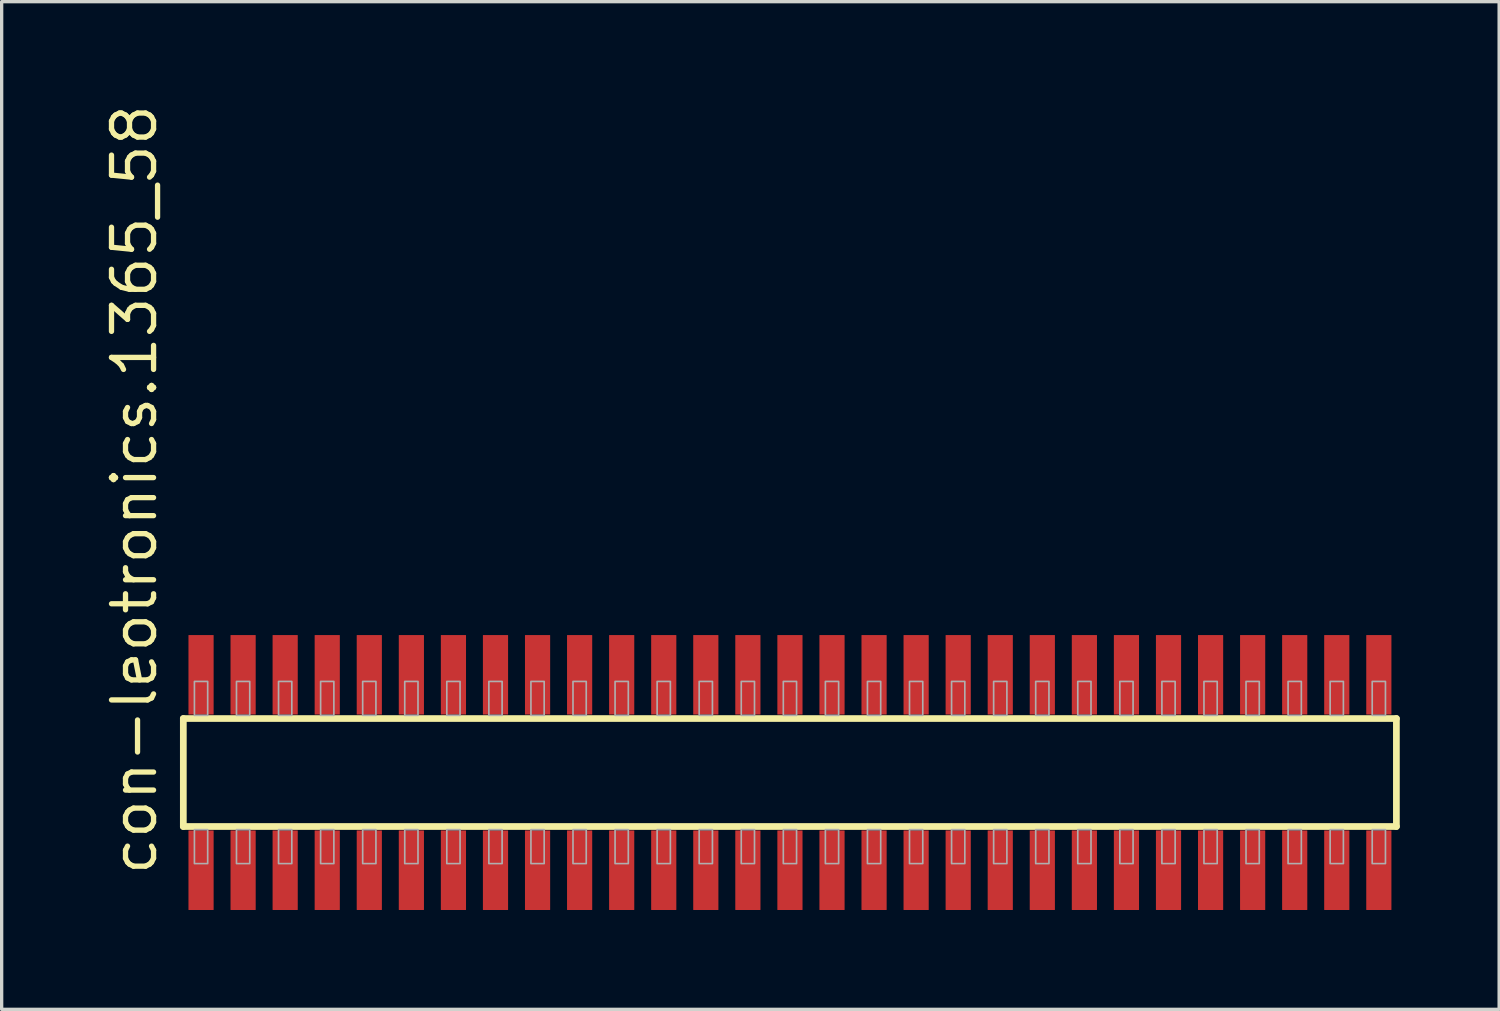
<source format=kicad_pcb>
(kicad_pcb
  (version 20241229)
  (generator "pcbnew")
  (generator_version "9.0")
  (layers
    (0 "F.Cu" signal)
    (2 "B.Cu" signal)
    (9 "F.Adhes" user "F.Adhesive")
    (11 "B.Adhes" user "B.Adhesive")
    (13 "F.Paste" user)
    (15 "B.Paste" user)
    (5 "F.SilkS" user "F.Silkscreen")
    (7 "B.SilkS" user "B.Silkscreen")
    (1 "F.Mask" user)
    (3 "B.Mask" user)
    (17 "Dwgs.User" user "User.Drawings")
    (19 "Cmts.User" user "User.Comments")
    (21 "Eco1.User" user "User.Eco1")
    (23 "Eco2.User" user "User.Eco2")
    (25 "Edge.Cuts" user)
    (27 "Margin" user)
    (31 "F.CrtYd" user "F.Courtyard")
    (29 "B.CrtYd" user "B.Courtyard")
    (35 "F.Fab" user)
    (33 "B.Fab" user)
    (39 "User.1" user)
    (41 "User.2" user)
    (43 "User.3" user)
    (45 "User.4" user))
  (footprint "con-leotronics.1365_58"
    (layer "F.Cu")
    (at 20.8 20.274)
    (property "Reference" "con-leotronics.1365_58" (at -19.05 3.175 90) (layer "F.SilkS") (effects (font (size 1.27 1.27) (thickness 0.16)) (justify left bottom)))
    (attr smd)
    (fp_line (start -18.315 -1.63) (end 18.31 -1.63) (stroke (width 0.203) (type default)) (layer "F.SilkS"))
    (fp_line (start -18.315 1.63) (end -18.315 -1.63) (stroke (width 0.203) (type default)) (layer "F.SilkS"))
    (fp_line (start 18.31 -1.63) (end 18.31 1.63) (stroke (width 0.203) (type default)) (layer "F.SilkS"))
    (fp_line (start 18.31 1.63) (end -18.315 1.63) (stroke (width 0.203) (type default)) (layer "F.SilkS"))
    (fp_rect (start -17.98 -1.725) (end -17.58 -2.75) (stroke (width 0.05) (type default)) (fill no) (layer "F.Fab"))
    (fp_rect (start -17.98 2.75) (end -17.58 1.725) (stroke (width 0.05) (type default)) (fill no) (layer "F.Fab"))
    (fp_rect (start -16.71 -1.725) (end -16.31 -2.75) (stroke (width 0.05) (type default)) (fill no) (layer "F.Fab"))
    (fp_rect (start -16.71 2.75) (end -16.31 1.725) (stroke (width 0.05) (type default)) (fill no) (layer "F.Fab"))
    (fp_rect (start -15.44 -1.725) (end -15.04 -2.75) (stroke (width 0.05) (type default)) (fill no) (layer "F.Fab"))
    (fp_rect (start -15.44 2.75) (end -15.04 1.725) (stroke (width 0.05) (type default)) (fill no) (layer "F.Fab"))
    (fp_rect (start -14.17 -1.725) (end -13.77 -2.75) (stroke (width 0.05) (type default)) (fill no) (layer "F.Fab"))
    (fp_rect (start -14.17 2.75) (end -13.77 1.725) (stroke (width 0.05) (type default)) (fill no) (layer "F.Fab"))
    (fp_rect (start -12.9 -1.725) (end -12.5 -2.75) (stroke (width 0.05) (type default)) (fill no) (layer "F.Fab"))
    (fp_rect (start -12.9 2.75) (end -12.5 1.725) (stroke (width 0.05) (type default)) (fill no) (layer "F.Fab"))
    (fp_rect (start -11.63 -1.725) (end -11.23 -2.75) (stroke (width 0.05) (type default)) (fill no) (layer "F.Fab"))
    (fp_rect (start -11.63 2.75) (end -11.23 1.725) (stroke (width 0.05) (type default)) (fill no) (layer "F.Fab"))
    (fp_rect (start -10.36 -1.725) (end -9.96 -2.75) (stroke (width 0.05) (type default)) (fill no) (layer "F.Fab"))
    (fp_rect (start -10.36 2.75) (end -9.96 1.725) (stroke (width 0.05) (type default)) (fill no) (layer "F.Fab"))
    (fp_rect (start -9.09 -1.725) (end -8.69 -2.75) (stroke (width 0.05) (type default)) (fill no) (layer "F.Fab"))
    (fp_rect (start -9.09 2.75) (end -8.69 1.725) (stroke (width 0.05) (type default)) (fill no) (layer "F.Fab"))
    (fp_rect (start -7.82 -1.725) (end -7.42 -2.75) (stroke (width 0.05) (type default)) (fill no) (layer "F.Fab"))
    (fp_rect (start -7.82 2.75) (end -7.42 1.725) (stroke (width 0.05) (type default)) (fill no) (layer "F.Fab"))
    (fp_rect (start -6.55 -1.725) (end -6.15 -2.75) (stroke (width 0.05) (type default)) (fill no) (layer "F.Fab"))
    (fp_rect (start -6.55 2.75) (end -6.15 1.725) (stroke (width 0.05) (type default)) (fill no) (layer "F.Fab"))
    (fp_rect (start -5.28 -1.725) (end -4.88 -2.75) (stroke (width 0.05) (type default)) (fill no) (layer "F.Fab"))
    (fp_rect (start -5.28 2.75) (end -4.88 1.725) (stroke (width 0.05) (type default)) (fill no) (layer "F.Fab"))
    (fp_rect (start -4.01 -1.725) (end -3.61 -2.75) (stroke (width 0.05) (type default)) (fill no) (layer "F.Fab"))
    (fp_rect (start -4.01 2.75) (end -3.61 1.725) (stroke (width 0.05) (type default)) (fill no) (layer "F.Fab"))
    (fp_rect (start -2.74 -1.725) (end -2.34 -2.75) (stroke (width 0.05) (type default)) (fill no) (layer "F.Fab"))
    (fp_rect (start -2.74 2.75) (end -2.34 1.725) (stroke (width 0.05) (type default)) (fill no) (layer "F.Fab"))
    (fp_rect (start -1.47 -1.725) (end -1.07 -2.75) (stroke (width 0.05) (type default)) (fill no) (layer "F.Fab"))
    (fp_rect (start -1.47 2.75) (end -1.07 1.725) (stroke (width 0.05) (type default)) (fill no) (layer "F.Fab"))
    (fp_rect (start -0.2 -1.725) (end 0.2 -2.75) (stroke (width 0.05) (type default)) (fill no) (layer "F.Fab"))
    (fp_rect (start -0.2 2.75) (end 0.2 1.725) (stroke (width 0.05) (type default)) (fill no) (layer "F.Fab"))
    (fp_rect (start 1.07 -1.725) (end 1.47 -2.75) (stroke (width 0.05) (type default)) (fill no) (layer "F.Fab"))
    (fp_rect (start 1.07 2.75) (end 1.47 1.725) (stroke (width 0.05) (type default)) (fill no) (layer "F.Fab"))
    (fp_rect (start 2.34 -1.725) (end 2.74 -2.75) (stroke (width 0.05) (type default)) (fill no) (layer "F.Fab"))
    (fp_rect (start 2.34 2.75) (end 2.74 1.725) (stroke (width 0.05) (type default)) (fill no) (layer "F.Fab"))
    (fp_rect (start 3.61 -1.725) (end 4.01 -2.75) (stroke (width 0.05) (type default)) (fill no) (layer "F.Fab"))
    (fp_rect (start 3.61 2.75) (end 4.01 1.725) (stroke (width 0.05) (type default)) (fill no) (layer "F.Fab"))
    (fp_rect (start 4.88 -1.725) (end 5.28 -2.75) (stroke (width 0.05) (type default)) (fill no) (layer "F.Fab"))
    (fp_rect (start 4.88 2.75) (end 5.28 1.725) (stroke (width 0.05) (type default)) (fill no) (layer "F.Fab"))
    (fp_rect (start 6.15 -1.725) (end 6.55 -2.75) (stroke (width 0.05) (type default)) (fill no) (layer "F.Fab"))
    (fp_rect (start 6.15 2.75) (end 6.55 1.725) (stroke (width 0.05) (type default)) (fill no) (layer "F.Fab"))
    (fp_rect (start 7.42 -1.725) (end 7.82 -2.75) (stroke (width 0.05) (type default)) (fill no) (layer "F.Fab"))
    (fp_rect (start 7.42 2.75) (end 7.82 1.725) (stroke (width 0.05) (type default)) (fill no) (layer "F.Fab"))
    (fp_rect (start 8.69 -1.725) (end 9.09 -2.75) (stroke (width 0.05) (type default)) (fill no) (layer "F.Fab"))
    (fp_rect (start 8.69 2.75) (end 9.09 1.725) (stroke (width 0.05) (type default)) (fill no) (layer "F.Fab"))
    (fp_rect (start 9.96 -1.725) (end 10.36 -2.75) (stroke (width 0.05) (type default)) (fill no) (layer "F.Fab"))
    (fp_rect (start 9.96 2.75) (end 10.36 1.725) (stroke (width 0.05) (type default)) (fill no) (layer "F.Fab"))
    (fp_rect (start 11.23 -1.725) (end 11.63 -2.75) (stroke (width 0.05) (type default)) (fill no) (layer "F.Fab"))
    (fp_rect (start 11.23 2.75) (end 11.63 1.725) (stroke (width 0.05) (type default)) (fill no) (layer "F.Fab"))
    (fp_rect (start 12.5 -1.725) (end 12.9 -2.75) (stroke (width 0.05) (type default)) (fill no) (layer "F.Fab"))
    (fp_rect (start 12.5 2.75) (end 12.9 1.725) (stroke (width 0.05) (type default)) (fill no) (layer "F.Fab"))
    (fp_rect (start 13.77 -1.725) (end 14.17 -2.75) (stroke (width 0.05) (type default)) (fill no) (layer "F.Fab"))
    (fp_rect (start 13.77 2.75) (end 14.17 1.725) (stroke (width 0.05) (type default)) (fill no) (layer "F.Fab"))
    (fp_rect (start 15.04 -1.725) (end 15.44 -2.75) (stroke (width 0.05) (type default)) (fill no) (layer "F.Fab"))
    (fp_rect (start 15.04 2.75) (end 15.44 1.725) (stroke (width 0.05) (type default)) (fill no) (layer "F.Fab"))
    (fp_rect (start 16.31 -1.725) (end 16.71 -2.75) (stroke (width 0.05) (type default)) (fill no) (layer "F.Fab"))
    (fp_rect (start 16.31 2.75) (end 16.71 1.725) (stroke (width 0.05) (type default)) (fill no) (layer "F.Fab"))
    (fp_rect (start 17.58 -1.725) (end 17.98 -2.75) (stroke (width 0.05) (type default)) (fill no) (layer "F.Fab"))
    (fp_rect (start 17.58 2.75) (end 17.98 1.725) (stroke (width 0.05) (type default)) (fill no) (layer "F.Fab"))
    (pad "1" smd roundrect (at -17.78 2.95) (size 0.76 2.4) (layers "F.Cu" "F.Mask" "F.Paste") (roundrect_rratio 0.01))
    (pad "2" smd roundrect (at -17.78 -2.95) (size 0.76 2.4) (layers "F.Cu" "F.Mask" "F.Paste") (roundrect_rratio 0.01))
    (pad "3" smd roundrect (at -16.51 2.95) (size 0.76 2.4) (layers "F.Cu" "F.Mask" "F.Paste") (roundrect_rratio 0.01))
    (pad "4" smd roundrect (at -16.51 -2.95) (size 0.76 2.4) (layers "F.Cu" "F.Mask" "F.Paste") (roundrect_rratio 0.01))
    (pad "5" smd roundrect (at -15.24 2.95) (size 0.76 2.4) (layers "F.Cu" "F.Mask" "F.Paste") (roundrect_rratio 0.01))
    (pad "6" smd roundrect (at -15.24 -2.95) (size 0.76 2.4) (layers "F.Cu" "F.Mask" "F.Paste") (roundrect_rratio 0.01))
    (pad "7" smd roundrect (at -13.97 2.95) (size 0.76 2.4) (layers "F.Cu" "F.Mask" "F.Paste") (roundrect_rratio 0.01))
    (pad "8" smd roundrect (at -13.97 -2.95) (size 0.76 2.4) (layers "F.Cu" "F.Mask" "F.Paste") (roundrect_rratio 0.01))
    (pad "9" smd roundrect (at -12.7 2.95) (size 0.76 2.4) (layers "F.Cu" "F.Mask" "F.Paste") (roundrect_rratio 0.01))
    (pad "10" smd roundrect (at -12.7 -2.95) (size 0.76 2.4) (layers "F.Cu" "F.Mask" "F.Paste") (roundrect_rratio 0.01))
    (pad "11" smd roundrect (at -11.43 2.95) (size 0.76 2.4) (layers "F.Cu" "F.Mask" "F.Paste") (roundrect_rratio 0.01))
    (pad "12" smd roundrect (at -11.43 -2.95) (size 0.76 2.4) (layers "F.Cu" "F.Mask" "F.Paste") (roundrect_rratio 0.01))
    (pad "13" smd roundrect (at -10.16 2.95) (size 0.76 2.4) (layers "F.Cu" "F.Mask" "F.Paste") (roundrect_rratio 0.01))
    (pad "14" smd roundrect (at -10.16 -2.95) (size 0.76 2.4) (layers "F.Cu" "F.Mask" "F.Paste") (roundrect_rratio 0.01))
    (pad "15" smd roundrect (at -8.89 2.95) (size 0.76 2.4) (layers "F.Cu" "F.Mask" "F.Paste") (roundrect_rratio 0.01))
    (pad "16" smd roundrect (at -8.89 -2.95) (size 0.76 2.4) (layers "F.Cu" "F.Mask" "F.Paste") (roundrect_rratio 0.01))
    (pad "17" smd roundrect (at -7.62 2.95) (size 0.76 2.4) (layers "F.Cu" "F.Mask" "F.Paste") (roundrect_rratio 0.01))
    (pad "18" smd roundrect (at -7.62 -2.95) (size 0.76 2.4) (layers "F.Cu" "F.Mask" "F.Paste") (roundrect_rratio 0.01))
    (pad "19" smd roundrect (at -6.35 2.95) (size 0.76 2.4) (layers "F.Cu" "F.Mask" "F.Paste") (roundrect_rratio 0.01))
    (pad "20" smd roundrect (at -6.35 -2.95) (size 0.76 2.4) (layers "F.Cu" "F.Mask" "F.Paste") (roundrect_rratio 0.01))
    (pad "21" smd roundrect (at -5.08 2.95) (size 0.76 2.4) (layers "F.Cu" "F.Mask" "F.Paste") (roundrect_rratio 0.01))
    (pad "22" smd roundrect (at -5.08 -2.95) (size 0.76 2.4) (layers "F.Cu" "F.Mask" "F.Paste") (roundrect_rratio 0.01))
    (pad "23" smd roundrect (at -3.81 2.95) (size 0.76 2.4) (layers "F.Cu" "F.Mask" "F.Paste") (roundrect_rratio 0.01))
    (pad "24" smd roundrect (at -3.81 -2.95) (size 0.76 2.4) (layers "F.Cu" "F.Mask" "F.Paste") (roundrect_rratio 0.01))
    (pad "25" smd roundrect (at -2.54 2.95) (size 0.76 2.4) (layers "F.Cu" "F.Mask" "F.Paste") (roundrect_rratio 0.01))
    (pad "26" smd roundrect (at -2.54 -2.95) (size 0.76 2.4) (layers "F.Cu" "F.Mask" "F.Paste") (roundrect_rratio 0.01))
    (pad "27" smd roundrect (at -1.27 2.95) (size 0.76 2.4) (layers "F.Cu" "F.Mask" "F.Paste") (roundrect_rratio 0.01))
    (pad "28" smd roundrect (at -1.27 -2.95) (size 0.76 2.4) (layers "F.Cu" "F.Mask" "F.Paste") (roundrect_rratio 0.01))
    (pad "29" smd roundrect (at 0 2.95) (size 0.76 2.4) (layers "F.Cu" "F.Mask" "F.Paste") (roundrect_rratio 0.01))
    (pad "30" smd roundrect (at 0 -2.95) (size 0.76 2.4) (layers "F.Cu" "F.Mask" "F.Paste") (roundrect_rratio 0.01))
    (pad "31" smd roundrect (at 1.27 2.95) (size 0.76 2.4) (layers "F.Cu" "F.Mask" "F.Paste") (roundrect_rratio 0.01))
    (pad "32" smd roundrect (at 1.27 -2.95) (size 0.76 2.4) (layers "F.Cu" "F.Mask" "F.Paste") (roundrect_rratio 0.01))
    (pad "33" smd roundrect (at 2.54 2.95) (size 0.76 2.4) (layers "F.Cu" "F.Mask" "F.Paste") (roundrect_rratio 0.01))
    (pad "34" smd roundrect (at 2.54 -2.95) (size 0.76 2.4) (layers "F.Cu" "F.Mask" "F.Paste") (roundrect_rratio 0.01))
    (pad "35" smd roundrect (at 3.81 2.95) (size 0.76 2.4) (layers "F.Cu" "F.Mask" "F.Paste") (roundrect_rratio 0.01))
    (pad "36" smd roundrect (at 3.81 -2.95) (size 0.76 2.4) (layers "F.Cu" "F.Mask" "F.Paste") (roundrect_rratio 0.01))
    (pad "37" smd roundrect (at 5.08 2.95) (size 0.76 2.4) (layers "F.Cu" "F.Mask" "F.Paste") (roundrect_rratio 0.01))
    (pad "38" smd roundrect (at 5.08 -2.95) (size 0.76 2.4) (layers "F.Cu" "F.Mask" "F.Paste") (roundrect_rratio 0.01))
    (pad "39" smd roundrect (at 6.35 2.95) (size 0.76 2.4) (layers "F.Cu" "F.Mask" "F.Paste") (roundrect_rratio 0.01))
    (pad "40" smd roundrect (at 6.35 -2.95) (size 0.76 2.4) (layers "F.Cu" "F.Mask" "F.Paste") (roundrect_rratio 0.01))
    (pad "41" smd roundrect (at 7.62 2.95) (size 0.76 2.4) (layers "F.Cu" "F.Mask" "F.Paste") (roundrect_rratio 0.01))
    (pad "42" smd roundrect (at 7.62 -2.95) (size 0.76 2.4) (layers "F.Cu" "F.Mask" "F.Paste") (roundrect_rratio 0.01))
    (pad "43" smd roundrect (at 8.89 2.95) (size 0.76 2.4) (layers "F.Cu" "F.Mask" "F.Paste") (roundrect_rratio 0.01))
    (pad "44" smd roundrect (at 8.89 -2.95) (size 0.76 2.4) (layers "F.Cu" "F.Mask" "F.Paste") (roundrect_rratio 0.01))
    (pad "45" smd roundrect (at 10.16 2.95) (size 0.76 2.4) (layers "F.Cu" "F.Mask" "F.Paste") (roundrect_rratio 0.01))
    (pad "46" smd roundrect (at 10.16 -2.95) (size 0.76 2.4) (layers "F.Cu" "F.Mask" "F.Paste") (roundrect_rratio 0.01))
    (pad "47" smd roundrect (at 11.43 2.95) (size 0.76 2.4) (layers "F.Cu" "F.Mask" "F.Paste") (roundrect_rratio 0.01))
    (pad "48" smd roundrect (at 11.43 -2.95) (size 0.76 2.4) (layers "F.Cu" "F.Mask" "F.Paste") (roundrect_rratio 0.01))
    (pad "49" smd roundrect (at 12.7 2.95) (size 0.76 2.4) (layers "F.Cu" "F.Mask" "F.Paste") (roundrect_rratio 0.01))
    (pad "50" smd roundrect (at 12.7 -2.95) (size 0.76 2.4) (layers "F.Cu" "F.Mask" "F.Paste") (roundrect_rratio 0.01))
    (pad "51" smd roundrect (at 13.97 2.95) (size 0.76 2.4) (layers "F.Cu" "F.Mask" "F.Paste") (roundrect_rratio 0.01))
    (pad "52" smd roundrect (at 13.97 -2.95) (size 0.76 2.4) (layers "F.Cu" "F.Mask" "F.Paste") (roundrect_rratio 0.01))
    (pad "53" smd roundrect (at 15.24 2.95) (size 0.76 2.4) (layers "F.Cu" "F.Mask" "F.Paste") (roundrect_rratio 0.01))
    (pad "54" smd roundrect (at 15.24 -2.95) (size 0.76 2.4) (layers "F.Cu" "F.Mask" "F.Paste") (roundrect_rratio 0.01))
    (pad "55" smd roundrect (at 16.51 2.95) (size 0.76 2.4) (layers "F.Cu" "F.Mask" "F.Paste") (roundrect_rratio 0.01))
    (pad "56" smd roundrect (at 16.51 -2.95) (size 0.76 2.4) (layers "F.Cu" "F.Mask" "F.Paste") (roundrect_rratio 0.01))
    (pad "57" smd roundrect (at 17.78 2.95) (size 0.76 2.4) (layers "F.Cu" "F.Mask" "F.Paste") (roundrect_rratio 0.01))
    (pad "58" smd roundrect (at 17.78 -2.95) (size 0.76 2.4) (layers "F.Cu" "F.Mask" "F.Paste") (roundrect_rratio 0.01)))
  (gr_rect
    (start -3 -3)
    (end 42.212 27.424)
    (stroke (width 0.1) (type default))
    (fill no)
    (layer "Edge.Cuts")))
</source>
